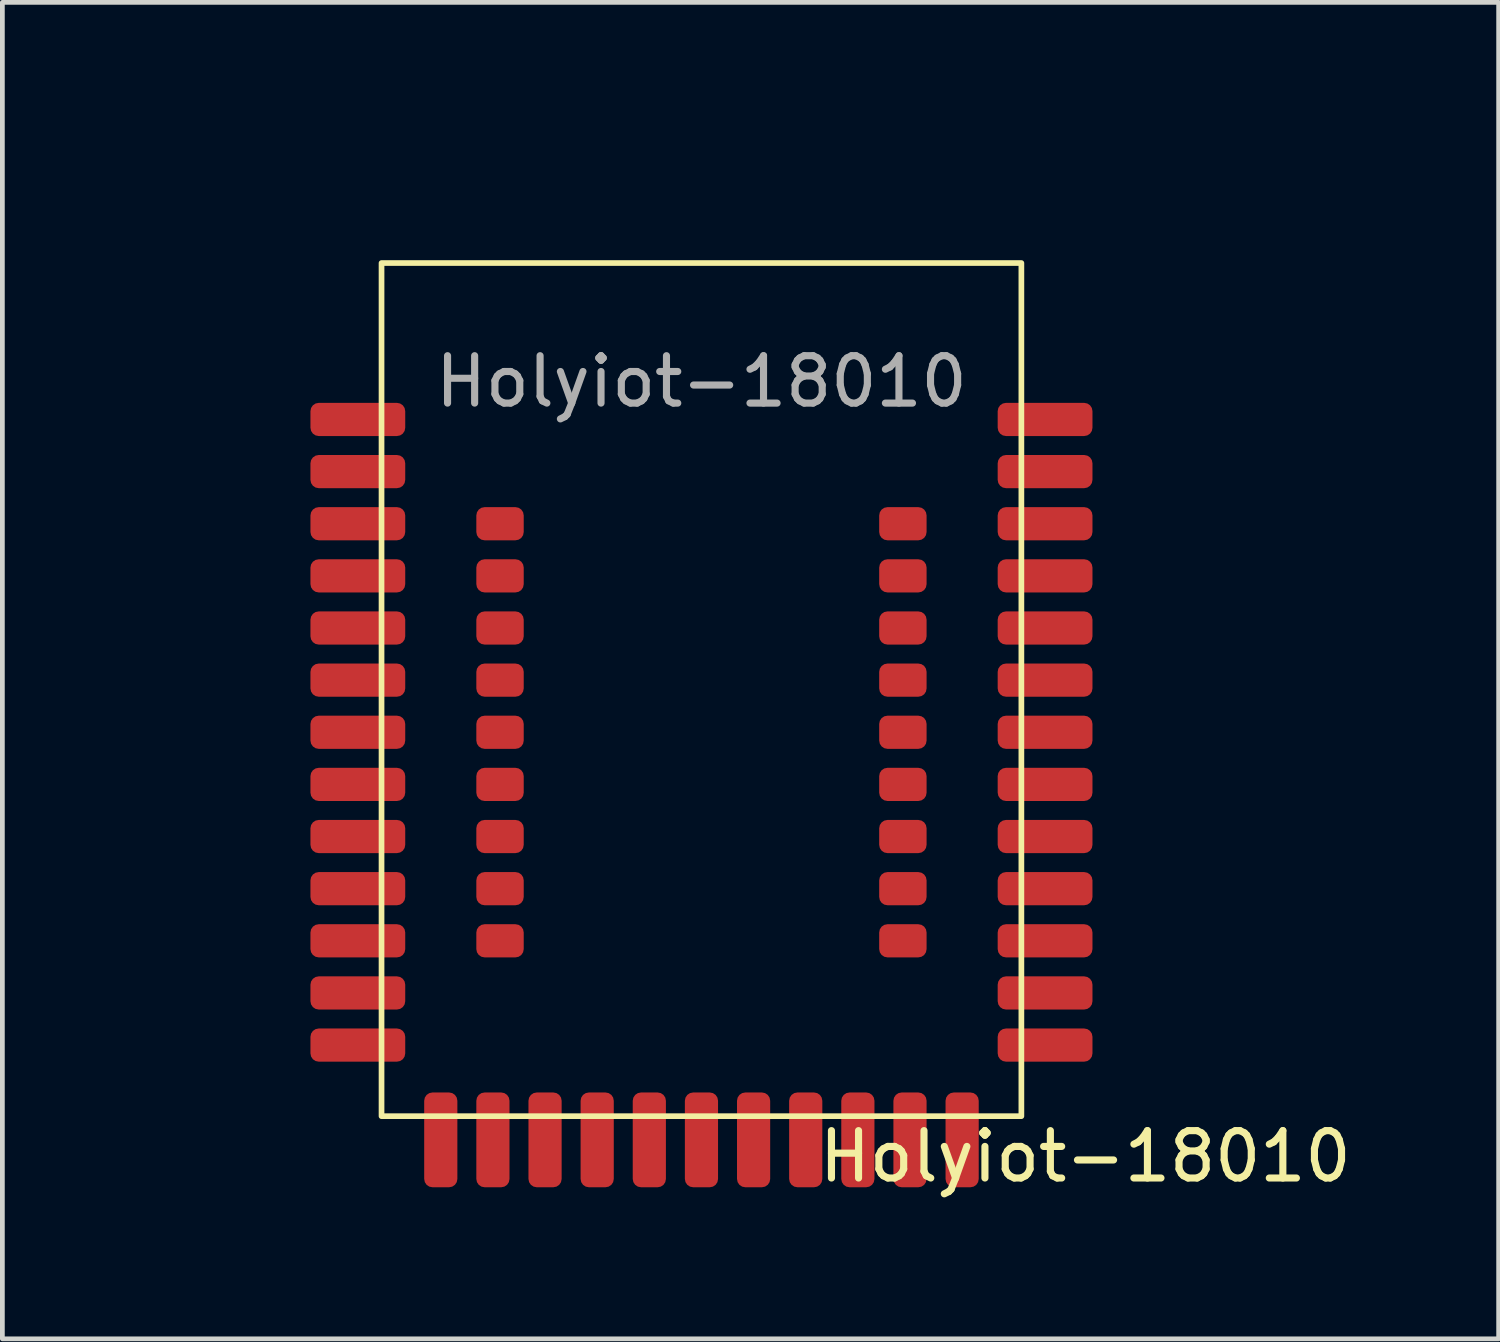
<source format=kicad_pcb>
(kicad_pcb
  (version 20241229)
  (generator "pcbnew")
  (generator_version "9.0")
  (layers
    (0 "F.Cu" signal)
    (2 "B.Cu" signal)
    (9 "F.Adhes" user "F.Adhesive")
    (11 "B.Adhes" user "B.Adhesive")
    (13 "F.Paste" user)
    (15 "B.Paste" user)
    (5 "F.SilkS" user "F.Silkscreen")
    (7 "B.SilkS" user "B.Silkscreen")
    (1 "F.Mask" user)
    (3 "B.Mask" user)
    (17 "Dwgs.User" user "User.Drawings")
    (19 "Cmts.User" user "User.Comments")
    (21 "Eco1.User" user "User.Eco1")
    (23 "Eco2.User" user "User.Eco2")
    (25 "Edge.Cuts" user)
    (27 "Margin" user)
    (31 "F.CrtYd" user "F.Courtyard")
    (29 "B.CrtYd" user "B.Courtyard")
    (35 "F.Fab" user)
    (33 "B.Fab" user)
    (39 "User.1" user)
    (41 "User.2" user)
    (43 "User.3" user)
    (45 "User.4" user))
  (footprint "Holyiot-18010"
    (layer "F.Cu")
    (at 11.75 2.5)
    (property "Reference" "Holyiot-18010" (at 8.1 18.85 0) (unlocked yes) (layer "F.SilkS") (effects (font (size 1 1) (thickness 0.15))))
    (attr smd)
    (fp_rect (start -6.75 0) (end 6.75 18) (stroke (width 0.12) (type solid)) (fill no) (layer "F.SilkS"))
    (fp_text user "${REFERENCE}" (at 0 2.5 0) (unlocked yes) (layer "F.Fab") (effects (font (size 1 1) (thickness 0.15))))
    (pad "1" smd roundrect (at -7.25 3.3) (size 2 0.7) (layers "F.Cu" "F.Mask" "F.Paste") (roundrect_rratio 0.25))
    (pad "2" smd roundrect (at -7.25 4.4) (size 2 0.7) (layers "F.Cu" "F.Mask" "F.Paste") (roundrect_rratio 0.25))
    (pad "3" smd roundrect (at -7.25 5.5) (size 2 0.7) (layers "F.Cu" "F.Mask" "F.Paste") (roundrect_rratio 0.25))
    (pad "4" smd roundrect (at -7.25 6.6) (size 2 0.7) (layers "F.Cu" "F.Mask" "F.Paste") (roundrect_rratio 0.25))
    (pad "5" smd roundrect (at -7.25 7.7) (size 2 0.7) (layers "F.Cu" "F.Mask" "F.Paste") (roundrect_rratio 0.25))
    (pad "6" smd roundrect (at -7.25 8.8) (size 2 0.7) (layers "F.Cu" "F.Mask" "F.Paste") (roundrect_rratio 0.25))
    (pad "7" smd roundrect (at -7.25 9.9) (size 2 0.7) (layers "F.Cu" "F.Mask" "F.Paste") (roundrect_rratio 0.25))
    (pad "8" smd roundrect (at -7.25 11) (size 2 0.7) (layers "F.Cu" "F.Mask" "F.Paste") (roundrect_rratio 0.25))
    (pad "9" smd roundrect (at -7.25 12.1) (size 2 0.7) (layers "F.Cu" "F.Mask" "F.Paste") (roundrect_rratio 0.25))
    (pad "10" smd roundrect (at -7.25 13.2) (size 2 0.7) (layers "F.Cu" "F.Mask" "F.Paste") (roundrect_rratio 0.25))
    (pad "11" smd roundrect (at -7.25 14.3) (size 2 0.7) (layers "F.Cu" "F.Mask" "F.Paste") (roundrect_rratio 0.25))
    (pad "12" smd roundrect (at -7.25 15.4) (size 2 0.7) (layers "F.Cu" "F.Mask" "F.Paste") (roundrect_rratio 0.25))
    (pad "13" smd roundrect (at -7.25 16.5) (size 2 0.7) (layers "F.Cu" "F.Mask" "F.Paste") (roundrect_rratio 0.25))
    (pad "14" smd roundrect (at -5.5 18.5 90) (size 2 0.7) (layers "F.Cu" "F.Mask" "F.Paste") (roundrect_rratio 0.25))
    (pad "15" smd roundrect (at -4.4 18.5 90) (size 2 0.7) (layers "F.Cu" "F.Mask" "F.Paste") (roundrect_rratio 0.25))
    (pad "16" smd roundrect (at -3.3 18.5 90) (size 2 0.7) (layers "F.Cu" "F.Mask" "F.Paste") (roundrect_rratio 0.25))
    (pad "17" smd roundrect (at -2.2 18.5 90) (size 2 0.7) (layers "F.Cu" "F.Mask" "F.Paste") (roundrect_rratio 0.25))
    (pad "18" smd roundrect (at -1.1 18.5 90) (size 2 0.7) (layers "F.Cu" "F.Mask" "F.Paste") (roundrect_rratio 0.25))
    (pad "19" smd roundrect (at 0 18.5 90) (size 2 0.7) (layers "F.Cu" "F.Mask" "F.Paste") (roundrect_rratio 0.25))
    (pad "20" smd roundrect (at 1.1 18.5 90) (size 2 0.7) (layers "F.Cu" "F.Mask" "F.Paste") (roundrect_rratio 0.25))
    (pad "21" smd roundrect (at 2.2 18.5 90) (size 2 0.7) (layers "F.Cu" "F.Mask" "F.Paste") (roundrect_rratio 0.25))
    (pad "22" smd roundrect (at 3.3 18.5 90) (size 2 0.7) (layers "F.Cu" "F.Mask" "F.Paste") (roundrect_rratio 0.25))
    (pad "23" smd roundrect (at 4.4 18.5 90) (size 2 0.7) (layers "F.Cu" "F.Mask" "F.Paste") (roundrect_rratio 0.25))
    (pad "24" smd roundrect (at 5.5 18.5 90) (size 2 0.7) (layers "F.Cu" "F.Mask" "F.Paste") (roundrect_rratio 0.25))
    (pad "25" smd roundrect (at 7.25 16.5) (size 2 0.7) (layers "F.Cu" "F.Mask" "F.Paste") (roundrect_rratio 0.25))
    (pad "26" smd roundrect (at 7.25 15.4) (size 2 0.7) (layers "F.Cu" "F.Mask" "F.Paste") (roundrect_rratio 0.25))
    (pad "27" smd roundrect (at 7.25 14.3) (size 2 0.7) (layers "F.Cu" "F.Mask" "F.Paste") (roundrect_rratio 0.25))
    (pad "28" smd roundrect (at 7.25 13.2) (size 2 0.7) (layers "F.Cu" "F.Mask" "F.Paste") (roundrect_rratio 0.25))
    (pad "29" smd roundrect (at 7.25 12.1) (size 2 0.7) (layers "F.Cu" "F.Mask" "F.Paste") (roundrect_rratio 0.25))
    (pad "30" smd roundrect (at 7.25 11) (size 2 0.7) (layers "F.Cu" "F.Mask" "F.Paste") (roundrect_rratio 0.25))
    (pad "31" smd roundrect (at 7.25 9.9) (size 2 0.7) (layers "F.Cu" "F.Mask" "F.Paste") (roundrect_rratio 0.25))
    (pad "32" smd roundrect (at 7.25 8.8) (size 2 0.7) (layers "F.Cu" "F.Mask" "F.Paste") (roundrect_rratio 0.25))
    (pad "33" smd roundrect (at 7.25 7.7) (size 2 0.7) (layers "F.Cu" "F.Mask" "F.Paste") (roundrect_rratio 0.25))
    (pad "34" smd roundrect (at 7.25 6.6) (size 2 0.7) (layers "F.Cu" "F.Mask" "F.Paste") (roundrect_rratio 0.25))
    (pad "35" smd roundrect (at 7.25 5.5) (size 2 0.7) (layers "F.Cu" "F.Mask" "F.Paste") (roundrect_rratio 0.25))
    (pad "36" smd roundrect (at 7.25 4.4) (size 2 0.7) (layers "F.Cu" "F.Mask" "F.Paste") (roundrect_rratio 0.25))
    (pad "37" smd roundrect (at 7.25 3.3) (size 2 0.7) (layers "F.Cu" "F.Mask" "F.Paste") (roundrect_rratio 0.25))
    (pad "38" smd roundrect (at -4.25 5.5) (size 1 0.7) (layers "F.Cu" "F.Mask" "F.Paste") (roundrect_rratio 0.25))
    (pad "39" smd roundrect (at -4.25 6.6) (size 1 0.7) (layers "F.Cu" "F.Mask" "F.Paste") (roundrect_rratio 0.25))
    (pad "40" smd roundrect (at -4.25 7.7) (size 1 0.7) (layers "F.Cu" "F.Mask" "F.Paste") (roundrect_rratio 0.25))
    (pad "41" smd roundrect (at -4.25 8.8) (size 1 0.7) (layers "F.Cu" "F.Mask" "F.Paste") (roundrect_rratio 0.25))
    (pad "42" smd roundrect (at -4.25 9.9) (size 1 0.7) (layers "F.Cu" "F.Mask" "F.Paste") (roundrect_rratio 0.25))
    (pad "43" smd roundrect (at -4.25 11) (size 1 0.7) (layers "F.Cu" "F.Mask" "F.Paste") (roundrect_rratio 0.25))
    (pad "44" smd roundrect (at -4.25 12.1) (size 1 0.7) (layers "F.Cu" "F.Mask" "F.Paste") (roundrect_rratio 0.25))
    (pad "45" smd roundrect (at -4.25 13.2) (size 1 0.7) (layers "F.Cu" "F.Mask" "F.Paste") (roundrect_rratio 0.25))
    (pad "46" smd roundrect (at -4.25 14.3) (size 1 0.7) (layers "F.Cu" "F.Mask" "F.Paste") (roundrect_rratio 0.25))
    (pad "47" smd roundrect (at 4.25 5.5) (size 1 0.7) (layers "F.Cu" "F.Mask" "F.Paste") (roundrect_rratio 0.25))
    (pad "48" smd roundrect (at 4.25 6.6) (size 1 0.7) (layers "F.Cu" "F.Mask" "F.Paste") (roundrect_rratio 0.25))
    (pad "49" smd roundrect (at 4.25 7.7) (size 1 0.7) (layers "F.Cu" "F.Mask" "F.Paste") (roundrect_rratio 0.25))
    (pad "50" smd roundrect (at 4.25 8.8) (size 1 0.7) (layers "F.Cu" "F.Mask" "F.Paste") (roundrect_rratio 0.25))
    (pad "51" smd roundrect (at 4.25 9.9) (size 1 0.7) (layers "F.Cu" "F.Mask" "F.Paste") (roundrect_rratio 0.25))
    (pad "52" smd roundrect (at 4.25 11) (size 1 0.7) (layers "F.Cu" "F.Mask" "F.Paste") (roundrect_rratio 0.25))
    (pad "53" smd roundrect (at 4.25 12.1) (size 1 0.7) (layers "F.Cu" "F.Mask" "F.Paste") (roundrect_rratio 0.25))
    (pad "54" smd roundrect (at 4.25 13.2) (size 1 0.7) (layers "F.Cu" "F.Mask" "F.Paste") (roundrect_rratio 0.25))
    (pad "55" smd roundrect (at 4.25 14.3) (size 1 0.7) (layers "F.Cu" "F.Mask" "F.Paste") (roundrect_rratio 0.25))
    (zone (net_name "") (layers "F.Cu" "B.Cu") (name "Antenna proximity") (hatch edge 0.508) (connect_pads) (min_thickness 0.254) (filled_areas_thickness no) (keepout (tracks not_allowed) (vias not_allowed) (pads not_allowed) (copperpour not_allowed) (footprints not_allowed)) (placement (enabled no)) (fill) (polygon (pts (xy 23.5 5.3) (xy 0 5.3) (xy 0 0) (xy 23.5 0)))))
  (gr_rect
    (start -3 -3)
    (end 28.57 25.198)
    (stroke (width 0.1) (type default))
    (fill no)
    (layer "Edge.Cuts")))
</source>
